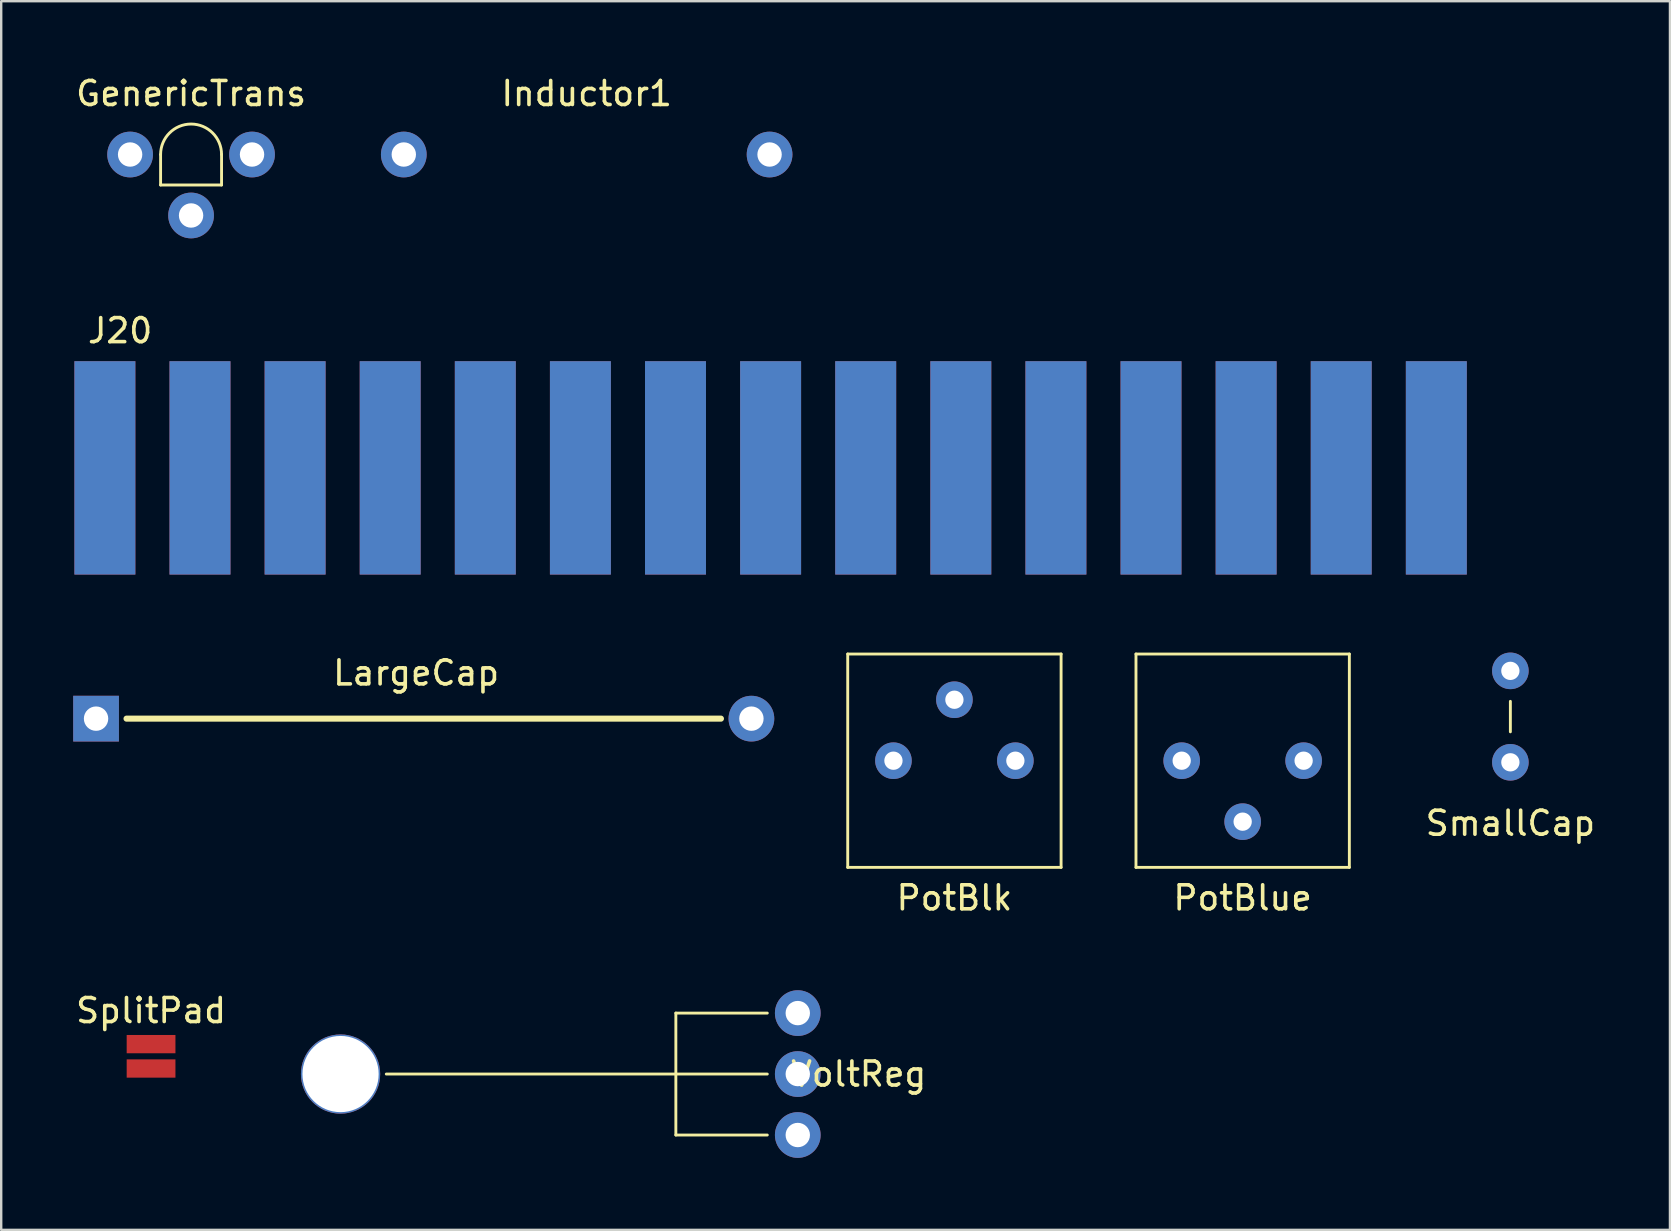
<source format=kicad_pcb>
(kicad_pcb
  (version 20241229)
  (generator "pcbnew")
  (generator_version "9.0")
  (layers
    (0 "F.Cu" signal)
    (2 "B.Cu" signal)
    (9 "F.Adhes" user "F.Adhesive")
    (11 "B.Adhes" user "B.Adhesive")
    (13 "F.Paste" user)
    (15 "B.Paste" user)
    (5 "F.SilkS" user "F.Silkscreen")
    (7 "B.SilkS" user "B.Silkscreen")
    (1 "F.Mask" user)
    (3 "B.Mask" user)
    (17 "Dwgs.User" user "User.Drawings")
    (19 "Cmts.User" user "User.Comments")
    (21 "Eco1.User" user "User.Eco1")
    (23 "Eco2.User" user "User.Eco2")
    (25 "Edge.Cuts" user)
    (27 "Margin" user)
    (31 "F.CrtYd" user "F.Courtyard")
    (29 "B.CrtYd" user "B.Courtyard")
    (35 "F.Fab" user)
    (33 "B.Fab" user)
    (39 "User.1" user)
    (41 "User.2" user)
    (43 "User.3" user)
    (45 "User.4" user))
  (footprint "PotBlk"
    (layer "F.Cu")
    (at 36.715 28.644)
    (property "Reference" "PotBlk" (at 0 5.715 0) (layer "F.SilkS") (effects (font (size 1 1) (thickness 0.15))))
    (attr through_hole)
    (fp_line (start -4.445 -4.445) (end -4.445 4.445) (stroke (width 0.12) (type solid)) (layer "F.SilkS"))
    (fp_line (start -4.445 4.445) (end 4.445 4.445) (stroke (width 0.12) (type solid)) (layer "F.SilkS"))
    (fp_line (start 4.445 -4.445) (end -4.445 -4.445) (stroke (width 0.12) (type solid)) (layer "F.SilkS"))
    (fp_line (start 4.445 4.445) (end 4.445 -4.445) (stroke (width 0.12) (type solid)) (layer "F.SilkS"))
    (pad "1" thru_hole circle (at -2.54 0) (size 1.524 1.524) (drill 0.762) (layers "*.Cu" "*.Mask"))
    (pad "2" thru_hole circle (at 0 -2.54) (size 1.524 1.524) (drill 0.762) (layers "*.Cu" "*.Mask"))
    (pad "3" thru_hole circle (at 2.54 0) (size 1.524 1.524) (drill 0.762) (layers "*.Cu" "*.Mask")))
  (footprint "SplitPad"
    (layer "F.Cu")
    (at 3.244 40.961)
    (property "Reference" "SplitPad" (at 0 -1.905 0) (layer "F.SilkS") (effects (font (size 1 1) (thickness 0.15))))
    (attr through_hole)
    (pad "1" smd rect (at 0 -0.508) (size 2.032 0.762) (layers "F.Cu" "F.Mask" "F.Paste"))
    (pad "2" smd rect (at 0 0.508) (size 2.032 0.762) (layers "F.Cu" "F.Mask" "F.Paste")))
  (footprint "SmallCap"
    (layer "F.Cu")
    (at 59.879 26.806)
    (property "Reference" "SmallCap" (at 0 4.445 0) (unlocked yes) (layer "F.SilkS") (effects (font (size 1 1) (thickness 0.15))))
    (attr through_hole)
    (fp_line (start 0 -0.635) (end 0 0.635) (stroke (width 0.12) (type solid)) (layer "F.SilkS"))
    (pad "1" thru_hole circle (at 0 1.905) (size 1.524 1.524) (drill 0.762) (layers "*.Cu" "*.Mask"))
    (pad "2" thru_hole circle (at 0 -1.905) (size 1.524 1.524) (drill 0.762) (layers "*.Cu" "*.Mask")))
  (footprint "PotBlue"
    (layer "F.Cu")
    (at 48.725 28.644)
    (property "Reference" "PotBlue" (at 0 5.715 0) (layer "F.SilkS") (effects (font (size 1 1) (thickness 0.15))))
    (attr through_hole)
    (fp_line (start -4.445 4.445) (end -4.445 -4.445) (stroke (width 0.12) (type solid)) (layer "F.SilkS"))
    (fp_line (start 4.445 -4.445) (end -4.445 -4.445) (stroke (width 0.12) (type solid)) (layer "F.SilkS"))
    (fp_line (start 4.445 4.445) (end -4.445 4.445) (stroke (width 0.12) (type solid)) (layer "F.SilkS"))
    (fp_line (start 4.445 4.445) (end 4.445 -4.445) (stroke (width 0.12) (type solid)) (layer "F.SilkS"))
    (pad "1" thru_hole circle (at -2.54 0) (size 1.524 1.524) (drill 0.762) (layers "*.Cu" "*.Mask"))
    (pad "2" thru_hole circle (at 0 2.54) (size 1.524 1.524) (drill 0.762) (layers "*.Cu" "*.Mask"))
    (pad "3" thru_hole circle (at 2.54 0) (size 1.524 1.524) (drill 0.762) (layers "*.Cu" "*.Mask")))
  (footprint "LargeCap"
    (layer "F.Cu")
    (at 14.287 26.892)
    (property "Reference" "LargeCap" (at 0 -1.905 0) (layer "F.SilkS") (effects (font (size 1 1) (thickness 0.15))))
    (attr through_hole)
    (fp_line (start 12.7 0) (end -12.065 0) (stroke (width 0.254) (type solid)) (layer "F.SilkS"))
    (pad "1" thru_hole rect (at -13.335 0) (size 1.905 1.905) (drill 1.016) (layers "*.Cu" "*.Mask"))
    (pad "2" thru_hole circle (at 13.97 0) (size 1.905 1.905) (drill 1.016) (layers "*.Cu" "*.Mask")))
  (footprint "GenericTrans"
    (layer "F.Cu")
    (at 4.911 3.388)
    (property "Reference" "GenericTrans" (at 0 -2.54 0) (layer "F.SilkS") (effects (font (size 1 1) (thickness 0.15))))
    (attr through_hole)
    (fp_line (start -1.27 0) (end -1.27 1.27) (stroke (width 0.12) (type solid)) (layer "F.SilkS"))
    (fp_line (start 1.27 0) (end 1.27 1.27) (stroke (width 0.12) (type solid)) (layer "F.SilkS"))
    (fp_line (start 1.27 1.27) (end -1.27 1.27) (stroke (width 0.12) (type solid)) (layer "F.SilkS"))
    (fp_arc (start -1.27 0) (mid 0 -1.27) (end 1.27 0) (stroke (width 0.12) (type solid)) (layer "F.SilkS"))
    (pad "1" thru_hole circle (at -2.54 0) (size 1.905 1.905) (drill 1.016) (layers "*.Cu" "*.Mask"))
    (pad "2" thru_hole circle (at 0 2.54) (size 1.905 1.905) (drill 1.016) (layers "*.Cu" "*.Mask"))
    (pad "3" thru_hole circle (at 2.54 0) (size 1.905 1.905) (drill 1.016) (layers "*.Cu" "*.Mask")))
  (footprint "Inductor1"
    (layer "F.Cu")
    (at 21.394 3.388)
    (property "Reference" "Inductor1" (at 0 -2.54 0) (layer "F.SilkS") (effects (font (size 1 1) (thickness 0.15))))
    (attr through_hole)
    (pad "1" thru_hole circle (at -7.62 0) (size 1.905 1.905) (drill 1.016) (layers "*.Cu" "*.Mask"))
    (pad "2" thru_hole circle (at 7.62 0) (size 1.905 1.905) (drill 1.016) (layers "*.Cu" "*.Mask")))
  (footprint "J20"
    (layer "F.Cu")
    (at 1.32 20.889)
    (property "Reference" "J20" (at 0.635 -10.16 0) (layer "F.SilkS") (effects (font (size 1 1) (thickness 0.15))))
    (attr through_hole)
    (fp_poly (pts (xy 1.27 0) (xy -1.27 0) (xy -1.27 -8.89) (xy 1.27 -8.89)) (stroke (width 0.1) (type solid)) (fill yes) (layer "B.Mask"))
    (fp_poly (pts (xy 5.207 0) (xy 2.667 0) (xy 2.667 -8.89) (xy 5.207 -8.89)) (stroke (width 0.1) (type solid)) (fill yes) (layer "B.Mask"))
    (fp_poly (pts (xy 9.207 0) (xy 6.668 0) (xy 6.668 -8.89) (xy 9.207 -8.89)) (stroke (width 0.1) (type solid)) (fill yes) (layer "B.Mask"))
    (fp_poly (pts (xy 13.145 0) (xy 10.604 0) (xy 10.604 -8.89) (xy 13.145 -8.89)) (stroke (width 0.1) (type solid)) (fill yes) (layer "B.Mask"))
    (fp_poly (pts (xy 17.081 0) (xy 14.605 0) (xy 14.605 -8.89) (xy 17.081 -8.89)) (stroke (width 0.1) (type solid)) (fill yes) (layer "B.Mask"))
    (fp_poly (pts (xy 21.082 0) (xy 18.542 0) (xy 18.542 -8.89) (xy 21.082 -8.89)) (stroke (width 0.1) (type solid)) (fill yes) (layer "B.Mask"))
    (fp_poly (pts (xy 25.019 0) (xy 22.543 0) (xy 22.543 -8.89) (xy 25.019 -8.89)) (stroke (width 0.1) (type solid)) (fill yes) (layer "B.Mask"))
    (fp_poly (pts (xy 29.02 0) (xy 26.48 0) (xy 26.48 -8.89) (xy 29.02 -8.89)) (stroke (width 0.1) (type solid)) (fill yes) (layer "B.Mask"))
    (fp_poly (pts (xy 32.956 0) (xy 30.416 0) (xy 30.416 -8.89) (xy 32.956 -8.89)) (stroke (width 0.1) (type solid)) (fill yes) (layer "B.Mask"))
    (fp_poly (pts (xy 36.894 0) (xy 34.353 0) (xy 34.353 -8.89) (xy 36.894 -8.89)) (stroke (width 0.1) (type solid)) (fill yes) (layer "B.Mask"))
    (fp_poly (pts (xy 40.894 0) (xy 38.354 0) (xy 38.354 -8.89) (xy 40.894 -8.89)) (stroke (width 0.1) (type solid)) (fill yes) (layer "B.Mask"))
    (fp_poly (pts (xy 44.831 0) (xy 42.291 0) (xy 42.291 -8.89) (xy 44.831 -8.89)) (stroke (width 0.1) (type solid)) (fill yes) (layer "B.Mask"))
    (fp_poly (pts (xy 48.768 0) (xy 46.291 0) (xy 46.291 -8.89) (xy 48.768 -8.89)) (stroke (width 0.1) (type solid)) (fill yes) (layer "B.Mask"))
    (fp_poly (pts (xy 52.769 0) (xy 50.228 0) (xy 50.228 -8.89) (xy 52.769 -8.89)) (stroke (width 0.1) (type solid)) (fill yes) (layer "B.Mask"))
    (fp_poly (pts (xy 56.706 0) (xy 54.229 0) (xy 54.229 -8.89) (xy 56.706 -8.89)) (stroke (width 0.1) (type solid)) (fill yes) (layer "B.Mask"))
    (pad "1" smd rect (at 0 -4.445) (size 2.54 8.89) (layers "F.Mask" "B.Cu" "F.Paste"))
    (pad "2" smd rect (at 3.962 -4.445) (size 2.54 8.89) (layers "F.Mask" "B.Cu" "F.Paste"))
    (pad "3" smd rect (at 7.925 -4.445) (size 2.54 8.89) (layers "F.Mask" "B.Cu" "F.Paste"))
    (pad "4" smd rect (at 11.887 -4.445) (size 2.54 8.89) (layers "F.Mask" "B.Cu" "F.Paste"))
    (pad "5" smd rect (at 15.85 -4.445) (size 2.54 8.89) (layers "F.Mask" "B.Cu" "F.Paste"))
    (pad "6" smd rect (at 19.812 -4.445) (size 2.54 8.89) (layers "F.Mask" "B.Cu" "F.Paste"))
    (pad "7" smd rect (at 23.774 -4.445) (size 2.54 8.89) (layers "F.Mask" "B.Cu" "F.Paste"))
    (pad "8" smd rect (at 27.737 -4.445) (size 2.54 8.89) (layers "F.Mask" "B.Cu" "F.Paste"))
    (pad "9" smd rect (at 31.699 -4.445) (size 2.54 8.89) (layers "F.Mask" "B.Cu" "F.Paste"))
    (pad "10" smd rect (at 35.662 -4.445) (size 2.54 8.89) (layers "F.Mask" "B.Cu" "F.Paste"))
    (pad "11" smd rect (at 39.624 -4.445) (size 2.54 8.89) (layers "F.Mask" "B.Cu" "F.Paste"))
    (pad "12" smd rect (at 43.586 -4.445) (size 2.54 8.89) (layers "F.Mask" "B.Cu" "F.Paste"))
    (pad "13" smd rect (at 47.549 -4.445) (size 2.54 8.89) (layers "F.Mask" "B.Cu" "F.Paste"))
    (pad "14" smd rect (at 51.511 -4.445) (size 2.54 8.89) (layers "F.Mask" "B.Cu" "F.Paste"))
    (pad "15" smd rect (at 55.474 -4.445) (size 2.54 8.89) (layers "F.Mask" "B.Cu" "F.Paste"))
    (pad "A" smd rect (at 0 -4.445) (size 2.54 8.89) (layers "F.Cu" "F.Mask" "F.Paste"))
    (pad "B" smd rect (at 3.962 -4.445) (size 2.54 8.89) (layers "F.Cu" "F.Mask" "F.Paste"))
    (pad "C" smd rect (at 7.925 -4.445) (size 2.54 8.89) (layers "F.Cu" "F.Mask" "F.Paste"))
    (pad "D" smd rect (at 11.887 -4.445) (size 2.54 8.89) (layers "F.Cu" "F.Mask" "F.Paste"))
    (pad "E" smd rect (at 15.85 -4.445) (size 2.54 8.89) (layers "F.Cu" "F.Mask" "F.Paste"))
    (pad "F" smd rect (at 19.812 -4.445) (size 2.54 8.89) (layers "F.Cu" "F.Mask" "F.Paste"))
    (pad "H" smd rect (at 23.774 -4.445) (size 2.54 8.89) (layers "F.Cu" "F.Mask" "F.Paste"))
    (pad "J" smd rect (at 27.737 -4.445) (size 2.54 8.89) (layers "F.Cu" "F.Mask" "F.Paste"))
    (pad "K" smd rect (at 31.699 -4.445) (size 2.54 8.89) (layers "F.Cu" "F.Mask" "F.Paste"))
    (pad "L" smd rect (at 35.662 -4.445) (size 2.54 8.89) (layers "F.Cu" "F.Mask" "F.Paste"))
    (pad "M" smd rect (at 39.624 -4.445) (size 2.54 8.89) (layers "F.Cu" "F.Mask" "F.Paste"))
    (pad "N" smd rect (at 43.586 -4.445) (size 2.54 8.89) (layers "F.Cu" "F.Mask" "F.Paste"))
    (pad "P" smd rect (at 47.549 -4.445) (size 2.54 8.89) (layers "F.Cu" "F.Mask" "F.Paste"))
    (pad "R" smd rect (at 51.511 -4.445) (size 2.54 8.89) (layers "F.Cu" "F.Mask" "F.Paste"))
    (pad "S" smd rect (at 55.474 -4.445) (size 2.54 8.89) (layers "F.Cu" "F.Mask" "F.Paste")))
  (footprint "VoltReg"
    (layer "F.Cu")
    (at 25.109 41.7)
    (property "Reference" "VoltReg" (at 7.62 0 0) (layer "F.SilkS") (effects (font (size 1 1) (thickness 0.15))))
    (attr through_hole)
    (fp_line (start 0 -2.54) (end 0 0) (stroke (width 0.12) (type solid)) (layer "F.SilkS"))
    (fp_line (start 0 0) (end 0 2.54) (stroke (width 0.12) (type solid)) (layer "F.SilkS"))
    (fp_line (start 0 2.54) (end 3.81 2.54) (stroke (width 0.12) (type solid)) (layer "F.SilkS"))
    (fp_line (start 3.81 -2.54) (end 0 -2.54) (stroke (width 0.12) (type solid)) (layer "F.SilkS"))
    (fp_line (start 3.81 0) (end -12.065 0) (stroke (width 0.12) (type solid)) (layer "F.SilkS"))
    (pad "1" thru_hole circle (at 5.08 2.54) (size 1.905 1.905) (drill 1.016) (layers "*.Cu" "*.Mask"))
    (pad "2" thru_hole circle (at 5.08 0) (size 1.905 1.905) (drill 1.016) (layers "*.Cu" "*.Mask"))
    (pad "3" thru_hole circle (at 5.08 -2.54) (size 1.905 1.905) (drill 1.016) (layers "*.Cu" "*.Mask"))
    (pad "~" thru_hole circle (at -13.97 0) (size 3.302 3.302) (drill 3.175) (layers "*.Cu" "*.Mask")))
  (gr_rect
    (start -3 -3)
    (end 66.528 48.192)
    (stroke (width 0.1) (type default))
    (fill no)
    (layer "Edge.Cuts")))
</source>
